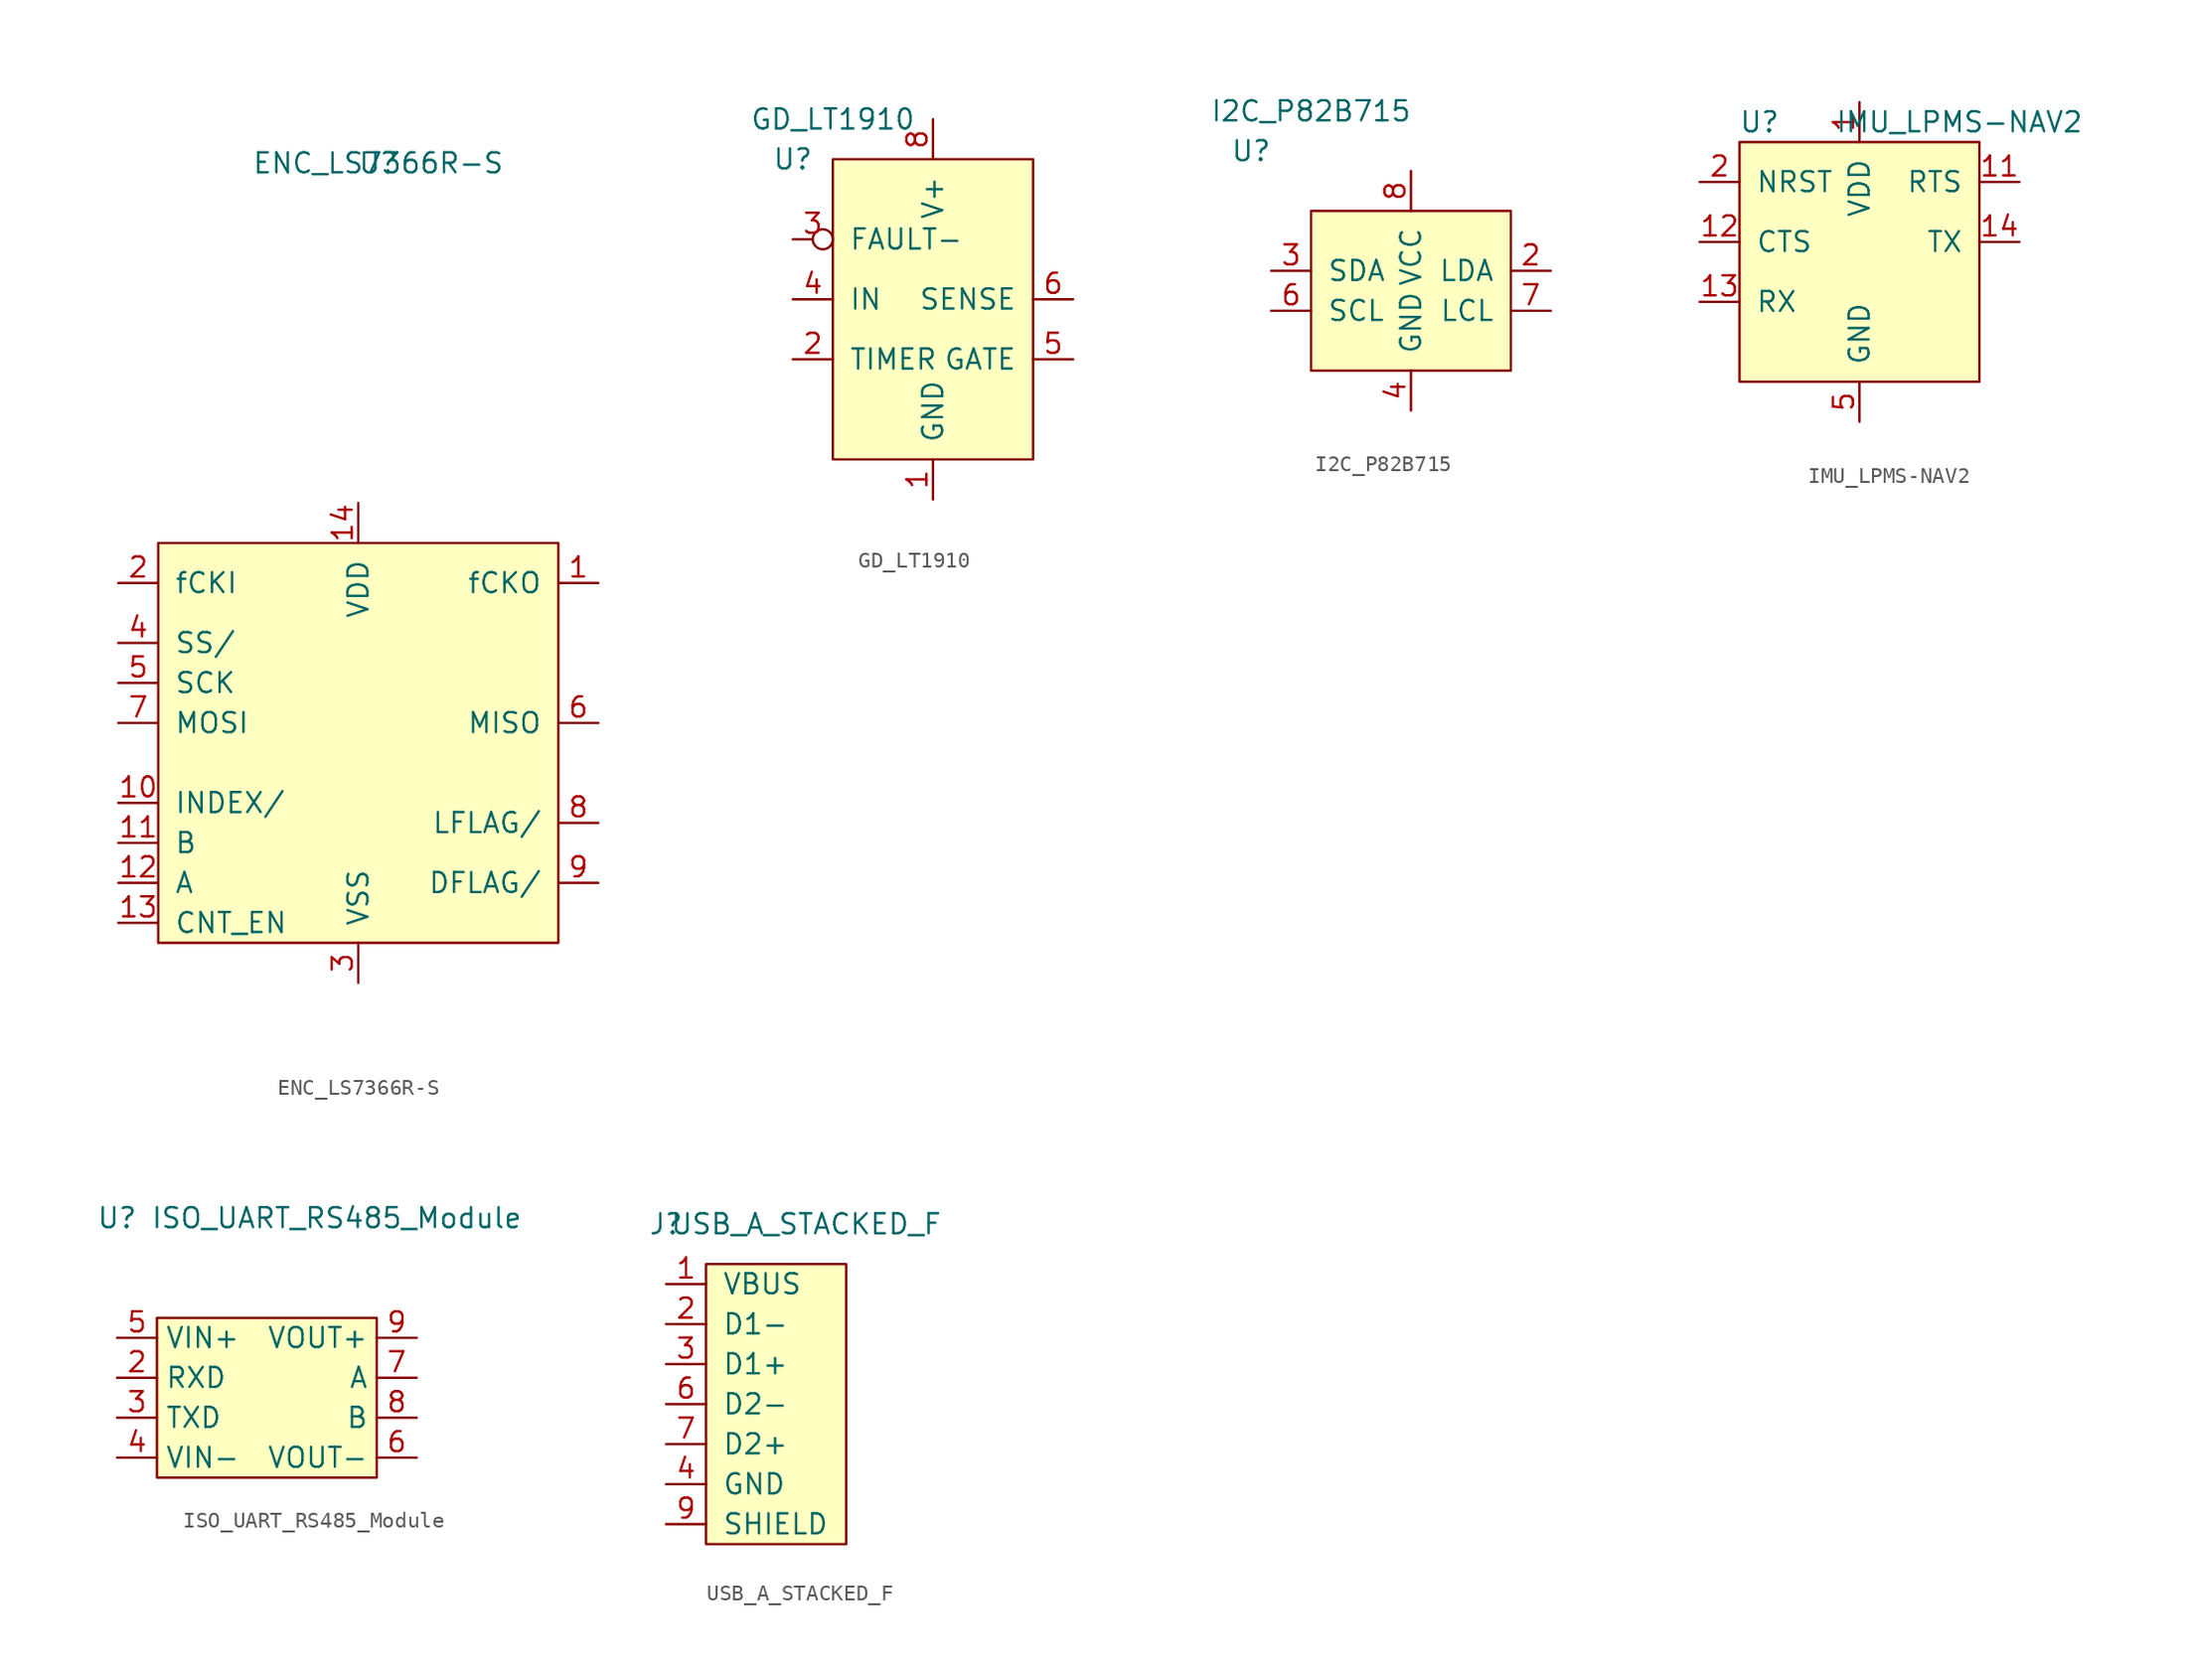
<source format=kicad_sym>
(kicad_symbol_lib
  (version 20211014)
  (generator kicad_symbol_editor)
  (symbol "ENC_LS7366R-S"
    (pin_names
      (offset 1.016))
    (property "Reference" "U"
      (at 1.27 36.83 0)
      (effects (font (size 1.27 1.27))))
    (property "Value" "ENC_LS7366R-S"
      (at 1.27 36.83 0)
      (effects (font (size 1.27 1.27))))
    (symbol "ENC_LS7366R-S_0_1"
      (rectangle (start -12.7 12.7) (end 12.7 -12.7) (stroke (width 0) (type default) (color 0 0 0 0)) (fill (type background))))
    (symbol "ENC_LS7366R-S_1_1"
      (pin output line (at 15.24 10.16 180) (length 2.54) (name "fCKO" (effects (font (size 1.27 1.27)))) (number "1" (effects (font (size 1.27 1.27)))))
      (pin input line (at -15.24 -3.81 0) (length 2.54) (name "INDEX/" (effects (font (size 1.27 1.27)))) (number "10" (effects (font (size 1.27 1.27)))))
      (pin input line (at -15.24 -6.35 0) (length 2.54) (name "B" (effects (font (size 1.27 1.27)))) (number "11" (effects (font (size 1.27 1.27)))))
      (pin input line (at -15.24 -8.89 0) (length 2.54) (name "A" (effects (font (size 1.27 1.27)))) (number "12" (effects (font (size 1.27 1.27)))))
      (pin input line (at -15.24 -11.43 0) (length 2.54) (name "CNT_EN" (effects (font (size 1.27 1.27)))) (number "13" (effects (font (size 1.27 1.27)))))
      (pin power_in line (at 0 15.24 270) (length 2.54) (name "VDD" (effects (font (size 1.27 1.27)))) (number "14" (effects (font (size 1.27 1.27)))))
      (pin input line (at -15.24 10.16 0) (length 2.54) (name "fCKI" (effects (font (size 1.27 1.27)))) (number "2" (effects (font (size 1.27 1.27)))))
      (pin power_in line (at 0 -15.24 90) (length 2.54) (name "VSS" (effects (font (size 1.27 1.27)))) (number "3" (effects (font (size 1.27 1.27)))))
      (pin bidirectional line (at -15.24 6.35 0) (length 2.54) (name "SS/" (effects (font (size 1.27 1.27)))) (number "4" (effects (font (size 1.27 1.27)))))
      (pin input line (at -15.24 3.81 0) (length 2.54) (name "SCK" (effects (font (size 1.27 1.27)))) (number "5" (effects (font (size 1.27 1.27)))))
      (pin output line (at 15.24 1.27 180) (length 2.54) (name "MISO" (effects (font (size 1.27 1.27)))) (number "6" (effects (font (size 1.27 1.27)))))
      (pin input line (at -15.24 1.27 0) (length 2.54) (name "MOSI" (effects (font (size 1.27 1.27)))) (number "7" (effects (font (size 1.27 1.27)))))
      (pin output line (at 15.24 -5.08 180) (length 2.54) (name "LFLAG/" (effects (font (size 1.27 1.27)))) (number "8" (effects (font (size 1.27 1.27)))))
      (pin output line (at 15.24 -8.89 180) (length 2.54) (name "DFLAG/" (effects (font (size 1.27 1.27)))) (number "9" (effects (font (size 1.27 1.27)))))))
  (symbol "GD_LT1910"
    (pin_names
      (offset 1.016))
    (property "Reference" "U"
      (at 0 0 0)
      (effects (font (size 1.27 1.27))))
    (property "Value" "GD_LT1910"
      (at 2.54 2.54 0)
      (effects (font (size 1.27 1.27))))
    (symbol "GD_LT1910_0_0"
      (pin power_in line (at 8.89 -21.59 90) (length 2.54) (name "GND" (effects (font (size 1.27 1.27)))) (number "1" (effects (font (size 1.27 1.27)))))
      (pin passive line (at 0 -12.7 0) (length 2.54) (name "TIMER" (effects (font (size 1.27 1.27)))) (number "2" (effects (font (size 1.27 1.27)))))
      (pin output inverted (at 0 -5.08 0) (length 2.54) (name "FAULT-" (effects (font (size 1.27 1.27)))) (number "3" (effects (font (size 1.27 1.27)))))
      (pin input line (at 0 -8.89 0) (length 2.54) (name "IN" (effects (font (size 1.27 1.27)))) (number "4" (effects (font (size 1.27 1.27)))))
      (pin output line (at 17.78 -12.7 180) (length 2.54) (name "GATE" (effects (font (size 1.27 1.27)))) (number "5" (effects (font (size 1.27 1.27)))))
      (pin input line (at 17.78 -8.89 180) (length 2.54) (name "SENSE" (effects (font (size 1.27 1.27)))) (number "6" (effects (font (size 1.27 1.27)))))
      (pin no_connect line (at 17.78 -5.08 180) (length 2.54) hide (name "NC" (effects (font (size 1.27 1.27)))) (number "7" (effects (font (size 1.27 1.27)))))
      (pin power_in line (at 8.89 2.54 270) (length 2.54) (name "V+" (effects (font (size 1.27 1.27)))) (number "8" (effects (font (size 1.27 1.27))))))
    (symbol "GD_LT1910_0_1"
      (rectangle (start 2.54 0) (end 15.24 -19.05) (stroke (width 0) (type default) (color 0 0 0 0)) (fill (type background)))))
  (symbol "I2C_P82B715"
    (pin_names
      (offset 1.016))
    (property "Reference" "U"
      (at 1.27 3.81 0)
      (effects (font (size 1.27 1.27))))
    (property "Value" "I2C_P82B715"
      (at 5.08 6.35 0)
      (effects (font (size 1.27 1.27))))
    (symbol "I2C_P82B715_0_1"
      (rectangle (start 17.78 -10.16) (end 5.08 0) (stroke (width 0) (type default) (color 0 0 0 0)) (fill (type background))))
    (symbol "I2C_P82B715_1_1"
      (pin no_connect line (at 2.54 0 0) (length 2.54) hide (name "NC" (effects (font (size 1.27 1.27)))) (number "1" (effects (font (size 1.27 1.27)))))
      (pin bidirectional line (at 20.32 -3.81 180) (length 2.54) (name "LDA" (effects (font (size 1.27 1.27)))) (number "2" (effects (font (size 1.27 1.27)))))
      (pin bidirectional line (at 2.54 -3.81 0) (length 2.54) (name "SDA" (effects (font (size 1.27 1.27)))) (number "3" (effects (font (size 1.27 1.27)))))
      (pin power_in line (at 11.43 -12.7 90) (length 2.54) (name "GND" (effects (font (size 1.27 1.27)))) (number "4" (effects (font (size 1.27 1.27)))))
      (pin no_connect line (at 2.54 0 0) (length 2.54) hide (name "NC" (effects (font (size 1.27 1.27)))) (number "5" (effects (font (size 1.27 1.27)))))
      (pin bidirectional line (at 2.54 -6.35 0) (length 2.54) (name "SCL" (effects (font (size 1.27 1.27)))) (number "6" (effects (font (size 1.27 1.27)))))
      (pin bidirectional line (at 20.32 -6.35 180) (length 2.54) (name "LCL" (effects (font (size 1.27 1.27)))) (number "7" (effects (font (size 1.27 1.27)))))
      (pin power_in line (at 11.43 2.54 270) (length 2.54) (name "VCC" (effects (font (size 1.27 1.27)))) (number "8" (effects (font (size 1.27 1.27)))))))
  (symbol "IMU_LPMS-NAV2"
    (pin_names
      (offset 1.016))
    (property "Reference" "U"
      (at -6.35 8.89 0)
      (effects (font (size 1.27 1.27))))
    (property "Value" "IMU_LPMS-NAV2"
      (at 6.35 8.89 0)
      (effects (font (size 1.27 1.27))))
    (symbol "IMU_LPMS-NAV2_0_1"
      (rectangle (start -7.62 7.62) (end 7.62 -7.62) (stroke (width 0) (type default) (color 0 0 0 0)) (fill (type background))))
    (symbol "IMU_LPMS-NAV2_1_1"
      (pin power_in line (at 0 10.16 270) (length 2.54) (name "VDD" (effects (font (size 1.27 1.27)))) (number "1" (effects (font (size 1.27 1.27)))))
      (pin power_in line (at 0 -10.16 90) (length 2.54) hide (name "GND" (effects (font (size 1.27 1.27)))) (number "10" (effects (font (size 1.27 1.27)))))
      (pin output line (at 10.16 5.08 180) (length 2.54) (name "RTS" (effects (font (size 1.27 1.27)))) (number "11" (effects (font (size 1.27 1.27)))))
      (pin input line (at -10.16 1.27 0) (length 2.54) (name "CTS" (effects (font (size 1.27 1.27)))) (number "12" (effects (font (size 1.27 1.27)))))
      (pin input line (at -10.16 -2.54 0) (length 2.54) (name "RX" (effects (font (size 1.27 1.27)))) (number "13" (effects (font (size 1.27 1.27)))))
      (pin output line (at 10.16 1.27 180) (length 2.54) (name "TX" (effects (font (size 1.27 1.27)))) (number "14" (effects (font (size 1.27 1.27)))))
      (pin power_in line (at 0 -10.16 90) (length 2.54) hide (name "GND" (effects (font (size 1.27 1.27)))) (number "15" (effects (font (size 1.27 1.27)))))
      (pin power_in line (at 0 -10.16 90) (length 2.54) hide (name "GND" (effects (font (size 1.27 1.27)))) (number "17" (effects (font (size 1.27 1.27)))))
      (pin input line (at -10.16 5.08 0) (length 2.54) (name "NRST" (effects (font (size 1.27 1.27)))) (number "2" (effects (font (size 1.27 1.27)))))
      (pin power_in line (at 0 10.16 270) (length 2.54) hide (name "VDD" (effects (font (size 1.27 1.27)))) (number "20" (effects (font (size 1.27 1.27)))))
      (pin power_in line (at 0 -10.16 90) (length 2.54) (name "GND" (effects (font (size 1.27 1.27)))) (number "5" (effects (font (size 1.27 1.27)))))))
  (symbol "ISO_UART_RS485_Module"
    (property "Reference" "U"
      (at 0 0 0)
      (effects (font (size 1.27 1.27))))
    (property "Value" "ISO_UART_RS485_Module"
      (at 13.97 0 0)
      (effects (font (size 1.27 1.27))))
    (symbol "ISO_UART_RS485_Module_0_1"
      (rectangle (start 16.51 -16.51) (end 2.54 -6.35) (stroke (width 0) (type default) (color 0 0 0 0)) (fill (type background))))
    (symbol "ISO_UART_RS485_Module_1_1"
      (pin no_connect line (at 8.89 -3.81 270) (length 2.54) hide (name "NC" (effects (font (size 1.27 1.27)))) (number "1" (effects (font (size 1.27 1.27)))))
      (pin input line (at 0 -10.16 0) (length 2.54) (name "RXD" (effects (font (size 1.27 1.27)))) (number "2" (effects (font (size 1.27 1.27)))))
      (pin output line (at 0 -12.7 0) (length 2.54) (name "TXD" (effects (font (size 1.27 1.27)))) (number "3" (effects (font (size 1.27 1.27)))))
      (pin power_in line (at 0 -15.24 0) (length 2.54) (name "VIN-" (effects (font (size 1.27 1.27)))) (number "4" (effects (font (size 1.27 1.27)))))
      (pin power_in line (at 0 -7.62 0) (length 2.54) (name "VIN+" (effects (font (size 1.27 1.27)))) (number "5" (effects (font (size 1.27 1.27)))))
      (pin power_out line (at 19.05 -15.24 180) (length 2.54) (name "VOUT-" (effects (font (size 1.27 1.27)))) (number "6" (effects (font (size 1.27 1.27)))))
      (pin bidirectional line (at 19.05 -10.16 180) (length 2.54) (name "A" (effects (font (size 1.27 1.27)))) (number "7" (effects (font (size 1.27 1.27)))))
      (pin bidirectional line (at 19.05 -12.7 180) (length 2.54) (name "B" (effects (font (size 1.27 1.27)))) (number "8" (effects (font (size 1.27 1.27)))))
      (pin power_out line (at 19.05 -7.62 180) (length 2.54) (name "VOUT+" (effects (font (size 1.27 1.27)))) (number "9" (effects (font (size 1.27 1.27)))))))
  (symbol "USB_A_STACKED_F"
    (pin_names
      (offset 1.016))
    (property "Reference" "J"
      (at 0 3.81 0)
      (effects (font (size 1.27 1.27))))
    (property "Value" "USB_A_STACKED_F"
      (at 8.89 3.81 0)
      (effects (font (size 1.27 1.27))))
    (symbol "USB_A_STACKED_F_0_1"
      (rectangle (start 2.54 1.27) (end 11.43 -16.51) (stroke (width 0) (type default) (color 0 0 0 0)) (fill (type background))))
    (symbol "USB_A_STACKED_F_1_1"
      (pin power_out line (at 0 0 0) (length 2.54) (name "VBUS" (effects (font (size 1.27 1.27)))) (number "1" (effects (font (size 1.27 1.27)))))
      (pin bidirectional line (at 0 -2.54 0) (length 2.54) (name "D1-" (effects (font (size 1.27 1.27)))) (number "2" (effects (font (size 1.27 1.27)))))
      (pin bidirectional line (at 0 -5.08 0) (length 2.54) (name "D1+" (effects (font (size 1.27 1.27)))) (number "3" (effects (font (size 1.27 1.27)))))
      (pin power_out line (at 0 -12.7 0) (length 2.54) (name "GND" (effects (font (size 1.27 1.27)))) (number "4" (effects (font (size 1.27 1.27)))))
      (pin power_out line (at 0 0 0) (length 2.54) hide (name "VBUS" (effects (font (size 1.27 1.27)))) (number "5" (effects (font (size 1.27 1.27)))))
      (pin bidirectional line (at 0 -7.62 0) (length 2.54) (name "D2-" (effects (font (size 1.27 1.27)))) (number "6" (effects (font (size 1.27 1.27)))))
      (pin bidirectional line (at 0 -10.16 0) (length 2.54) (name "D2+" (effects (font (size 1.27 1.27)))) (number "7" (effects (font (size 1.27 1.27)))))
      (pin power_out line (at 0 -12.7 0) (length 2.54) hide (name "GND" (effects (font (size 1.27 1.27)))) (number "8" (effects (font (size 1.27 1.27)))))
      (pin power_out line (at 0 -15.24 0) (length 2.54) (name "SHIELD" (effects (font (size 1.27 1.27)))) (number "9" (effects (font (size 1.27 1.27))))))))
</source>
